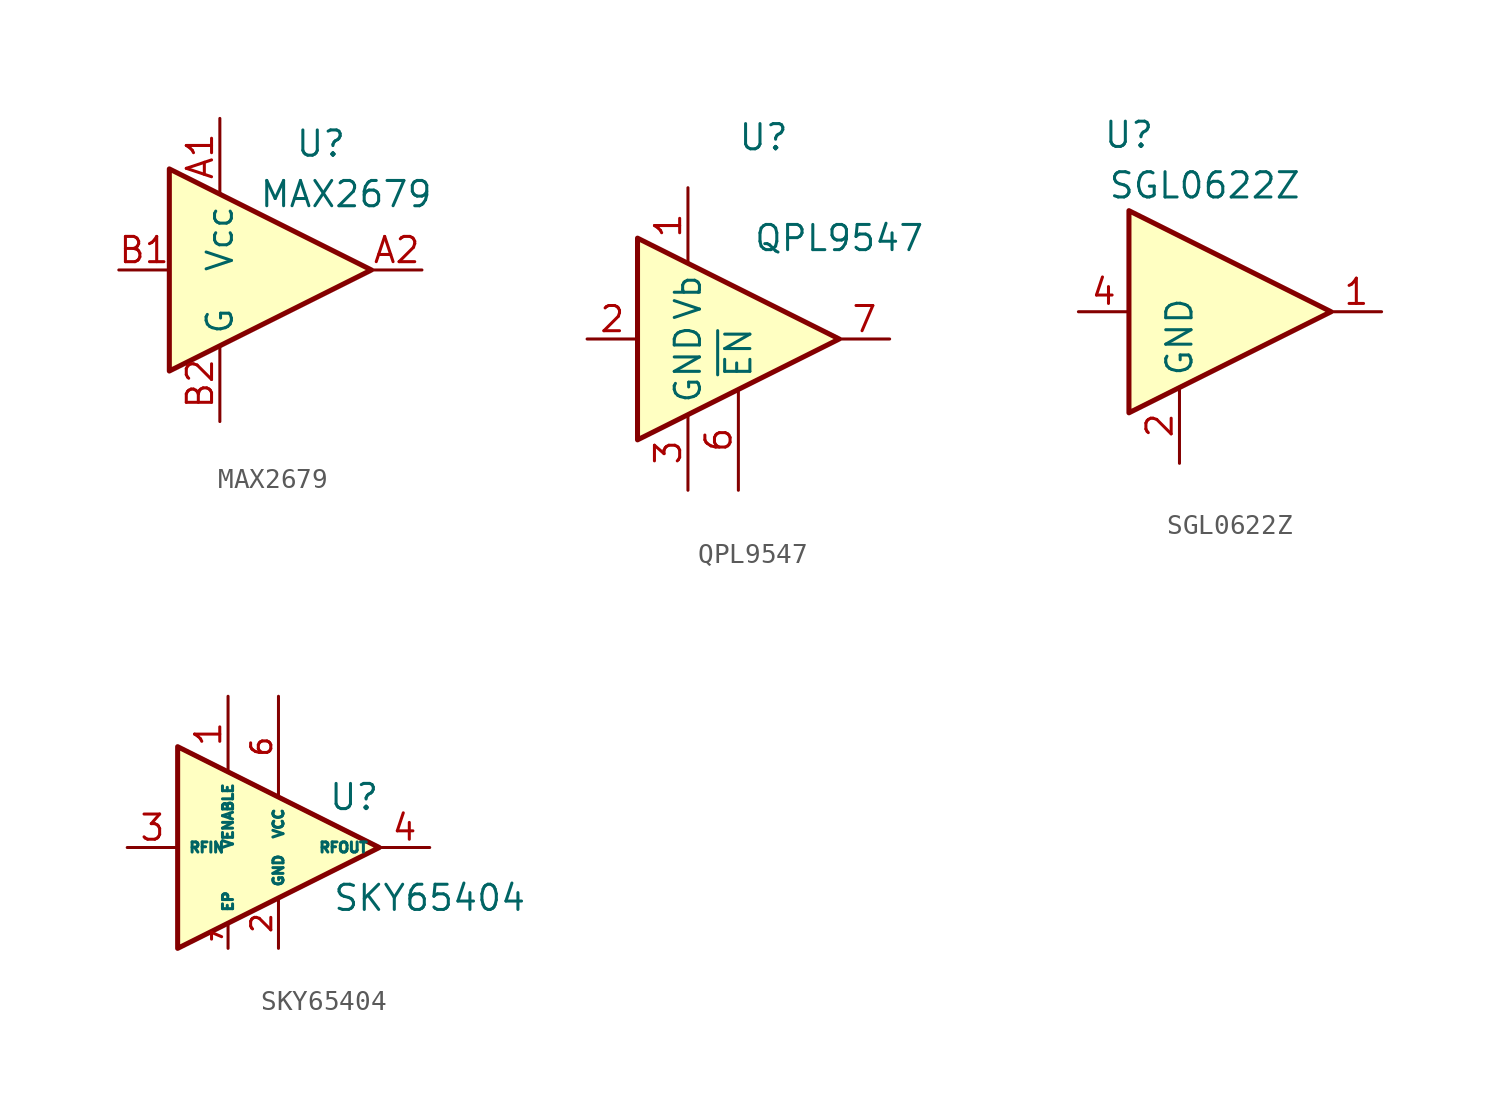
<source format=kicad_sym>
(kicad_symbol_lib
  (version 20220914)
  (generator kicad_symbol_editor)
  (symbol "MAX2679"
    (property "Reference" "U"
      (at 2.54 6.35 0)
      (effects (font (size 1.27 1.27))))
    (property "Value" "MAX2679"
      (at 3.81 3.81 0)
      (effects (font (size 1.27 1.27))))
    (symbol "MAX2679_0_1"
      (polyline (pts (xy 5.08 0) (xy -5.08 5.08) (xy -5.08 -5.08) (xy 5.08 0)) (stroke (width 0.254) (type default)) (fill (type background))))
    (symbol "MAX2679_1_1"
      (pin power_in line (at -2.54 7.62 270) (length 3.81) (name "Vcc" (effects (font (size 1.27 1.27)))) (number "A1" (effects (font (size 1.27 1.27)))))
      (pin output line (at 7.62 0 180) (length 2.54) (name "~" (effects (font (size 1.27 1.27)))) (number "A2" (effects (font (size 1.27 1.27)))))
      (pin input line (at -7.62 0 0) (length 2.54) (name "~" (effects (font (size 1.27 1.27)))) (number "B1" (effects (font (size 1.27 1.27)))))
      (pin power_in line (at -2.54 -7.62 90) (length 3.81) (name "G" (effects (font (size 1.27 1.27)))) (number "B2" (effects (font (size 1.27 1.27)))))))
  (symbol "QPL9547"
    (property "Reference" "U"
      (at 1.27 10.16 0)
      (effects (font (size 1.27 1.27))))
    (property "Value" "QPL9547"
      (at 5.08 5.08 0)
      (effects (font (size 1.27 1.27))))
    (symbol "QPL9547_0_1"
      (polyline (pts (xy 5.08 0) (xy -5.08 5.08) (xy -5.08 -5.08) (xy 5.08 0)) (stroke (width 0.254) (type default)) (fill (type background))))
    (symbol "QPL9547_1_1"
      (pin power_in line (at -2.54 7.62 270) (length 3.81) (name "Vb" (effects (font (size 1.27 1.27)))) (number "1" (effects (font (size 1.27 1.27)))))
      (pin input line (at -7.62 0 0) (length 2.54) (name "~" (effects (font (size 1.27 1.27)))) (number "2" (effects (font (size 1.27 1.27)))))
      (pin power_in line (at -2.54 -7.62 90) (length 3.81) (name "GND" (effects (font (size 1.27 1.27)))) (number "3" (effects (font (size 1.27 1.27)))))
      (pin passive line (at -2.54 -7.62 90) (length 3.81) hide (name "GND" (effects (font (size 1.27 1.27)))) (number "4" (effects (font (size 1.27 1.27)))))
      (pin passive line (at -2.54 -7.62 90) (length 3.81) hide (name "GND" (effects (font (size 1.27 1.27)))) (number "5" (effects (font (size 1.27 1.27)))))
      (pin passive line (at 0 -7.62 90) (length 5.08) (name "~{EN}" (effects (font (size 1.27 1.27)))) (number "6" (effects (font (size 1.27 1.27)))))
      (pin output line (at 7.62 0 180) (length 2.54) (name "~" (effects (font (size 1.27 1.27)))) (number "7" (effects (font (size 1.27 1.27)))))
      (pin passive line (at -2.54 -7.62 90) (length 3.81) hide (name "GND" (effects (font (size 1.27 1.27)))) (number "8" (effects (font (size 1.27 1.27)))))
      (pin passive line (at -2.54 -7.62 90) (length 3.81) hide (name "GND" (effects (font (size 1.27 1.27)))) (number "9" (effects (font (size 1.27 1.27)))))))
  (symbol "SGL0622Z"
    (property "Reference" "U"
      (at -5.08 8.89 0)
      (effects (font (size 1.27 1.27))))
    (property "Value" "SGL0622Z"
      (at -1.27 6.35 0)
      (effects (font (size 1.27 1.27))))
    (symbol "SGL0622Z_0_0"
      (pin passive line (at -2.54 -7.62 90) (length 5.08) hide (name "GND" (effects (font (size 1.27 1.27)))) (number "9" (effects (font (size 1.27 1.27))))))
    (symbol "SGL0622Z_1_1"
      (polyline (pts (xy 5.08 0) (xy -5.08 5.08) (xy -5.08 -5.08) (xy 5.08 0)) (stroke (width 0.254) (type default)) (fill (type background)))
      (pin output line (at 7.62 0 180) (length 2.54) (name "~" (effects (font (size 1.27 1.27)))) (number "1" (effects (font (size 1.27 1.27)))))
      (pin power_in line (at -2.54 -7.62 90) (length 3.81) (name "GND" (effects (font (size 1.27 1.27)))) (number "2" (effects (font (size 1.27 1.27)))))
      (pin passive line (at -2.54 -7.62 90) (length 2.54) hide (name "GND" (effects (font (size 1.27 1.27)))) (number "3" (effects (font (size 1.27 1.27)))))
      (pin input line (at -7.62 0 0) (length 2.54) (name "~" (effects (font (size 1.27 1.27)))) (number "4" (effects (font (size 1.27 1.27)))))
      (pin passive line (at -2.54 -7.62 90) (length 2.54) hide (name "GND" (effects (font (size 1.27 1.27)))) (number "5" (effects (font (size 1.27 1.27)))))
      (pin passive line (at -2.54 -7.62 90) (length 2.54) hide (name "GND" (effects (font (size 1.27 1.27)))) (number "6" (effects (font (size 1.27 1.27)))))
      (pin passive line (at -2.54 -7.62 90) (length 2.54) hide (name "GND" (effects (font (size 1.27 1.27)))) (number "7" (effects (font (size 1.27 1.27)))))
      (pin passive line (at -2.54 -7.62 90) (length 2.54) hide (name "GND" (effects (font (size 1.27 1.27)))) (number "8" (effects (font (size 1.27 1.27)))))))
  (symbol "SKY65404"
    (property "Reference" "U"
      (at 6.35 2.54 0)
      (effects (font (size 1.27 1.27))))
    (property "Value" "SKY65404"
      (at 10.16 -2.54 0)
      (effects (font (size 1.27 1.27))))
    (symbol "SKY65404_0_1"
      (polyline (pts (xy -2.54 5.08) (xy -2.54 -2.54) (xy -2.54 -5.08) (xy 7.62 0) (xy -2.54 5.08)) (stroke (width 0.254) (type default)) (fill (type background))))
    (symbol "SKY65404_1_1"
      (pin input line (at 0 7.62 270) (length 3.81) (name "VENABLE" (effects (font (size 0.508 0.508)))) (number "1" (effects (font (size 1.27 1.27)))))
      (pin power_in line (at 2.54 -5.08 90) (length 2.54) (name "GND" (effects (font (size 0.508 0.508)))) (number "2" (effects (font (size 1.016 1.016)))))
      (pin input line (at -5.08 0 0) (length 2.54) (name "RFIN" (effects (font (size 0.508 0.508)))) (number "3" (effects (font (size 1.27 1.27)))))
      (pin output line (at 10.16 0 180) (length 2.54) (name "RFOUT" (effects (font (size 0.508 0.508)))) (number "4" (effects (font (size 1.27 1.27)))))
      (pin passive line (at 2.54 -5.08 90) (length 2.54) hide (name "GND" (effects (font (size 0.508 0.508)))) (number "5" (effects (font (size 1.016 1.016)))))
      (pin power_in line (at 2.54 7.62 270) (length 5.08) (name "VCC" (effects (font (size 0.508 0.508)))) (number "6" (effects (font (size 1.016 1.016)))))
      (pin passive line (at 0 -5.08 90) (length 1.27) (name "EP" (effects (font (size 0.508 0.508)))) (number "7" (effects (font (size 0.508 0.508))))))))
</source>
